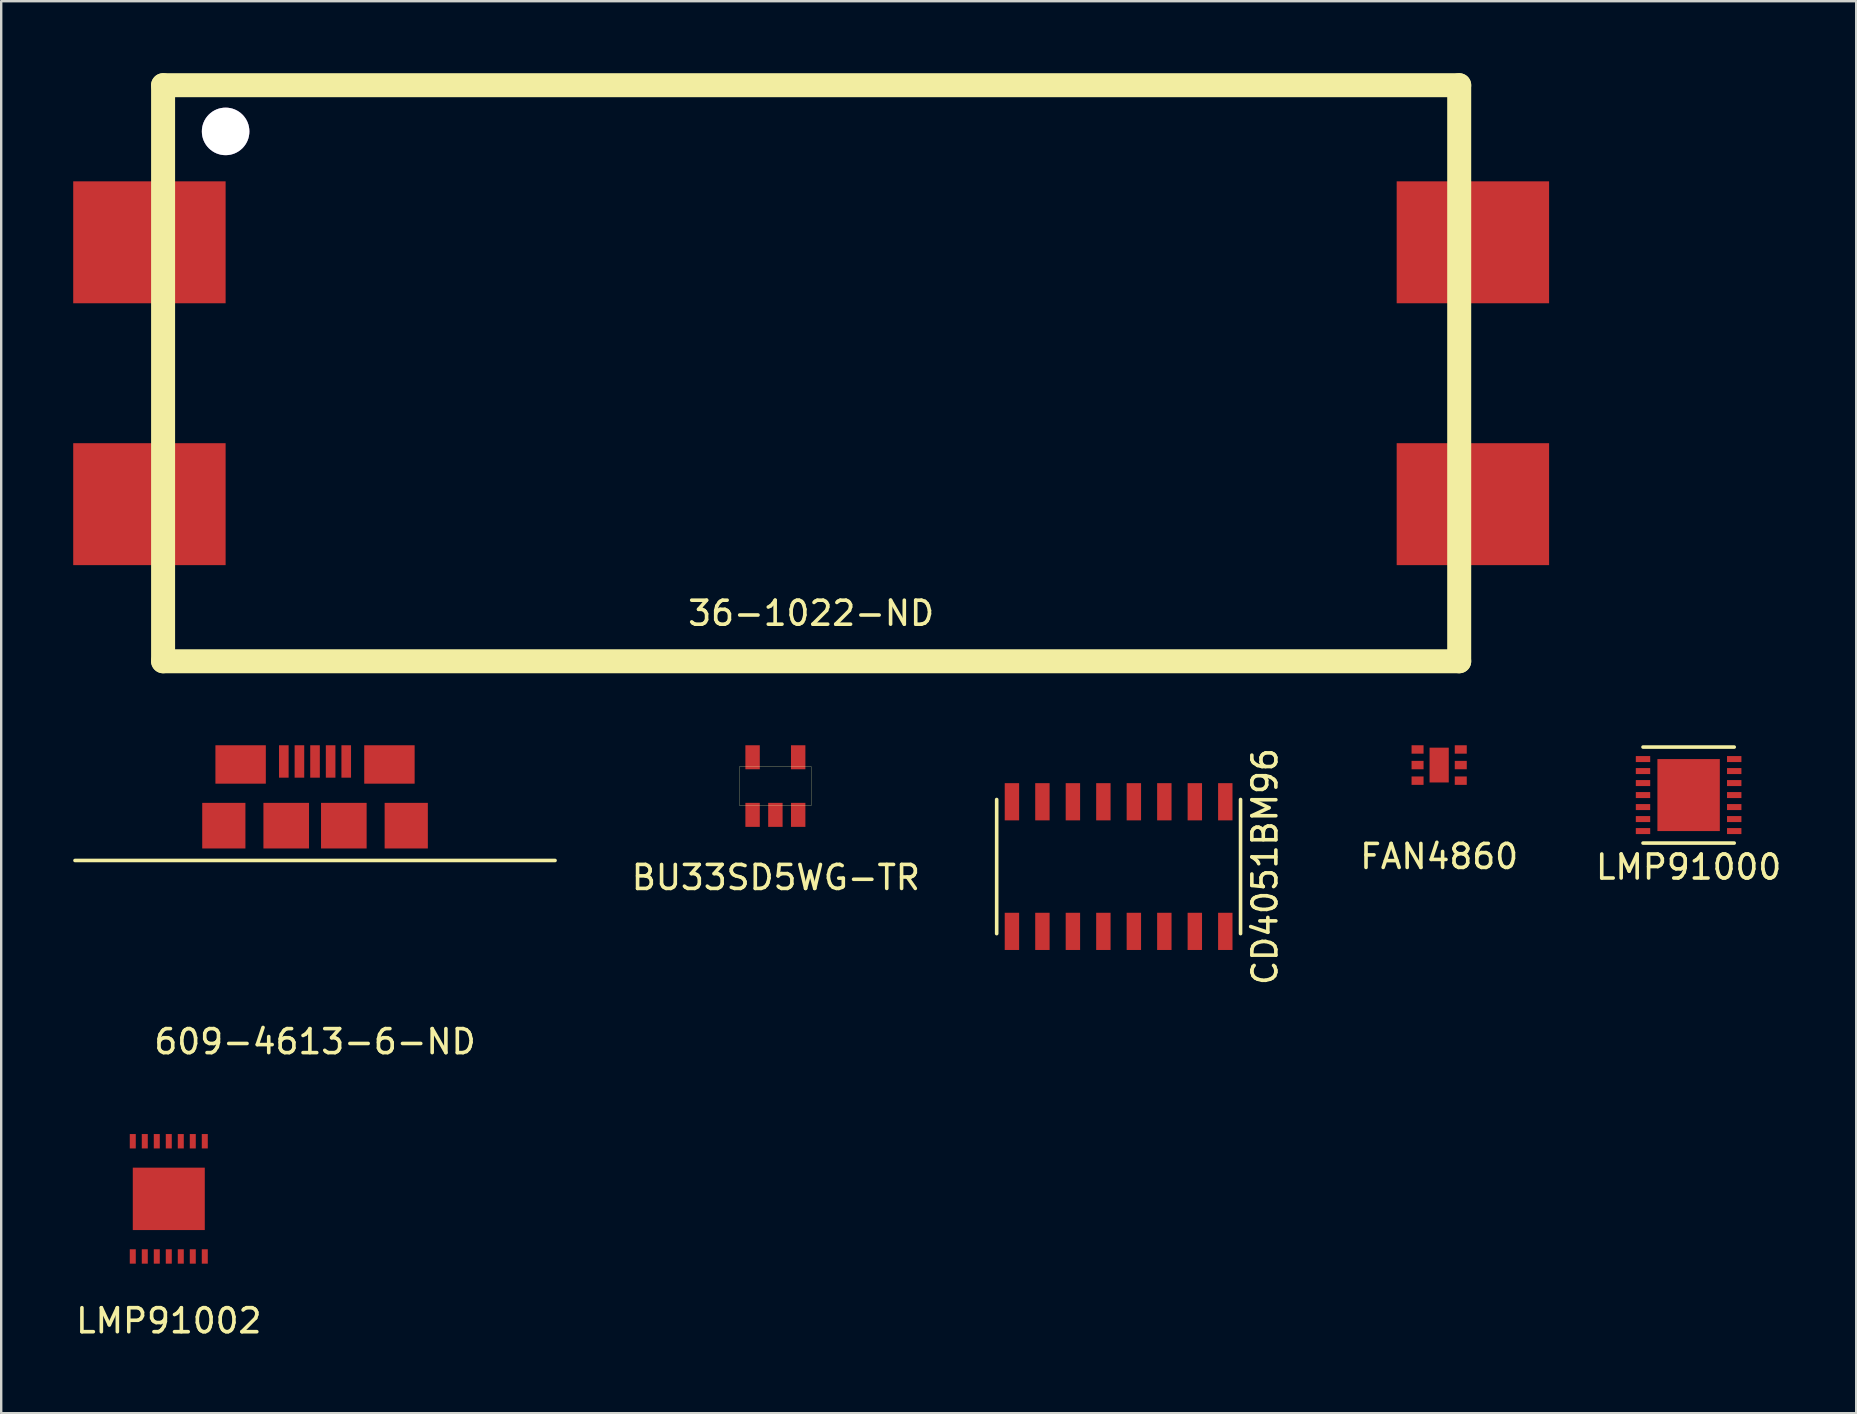
<source format=kicad_pcb>
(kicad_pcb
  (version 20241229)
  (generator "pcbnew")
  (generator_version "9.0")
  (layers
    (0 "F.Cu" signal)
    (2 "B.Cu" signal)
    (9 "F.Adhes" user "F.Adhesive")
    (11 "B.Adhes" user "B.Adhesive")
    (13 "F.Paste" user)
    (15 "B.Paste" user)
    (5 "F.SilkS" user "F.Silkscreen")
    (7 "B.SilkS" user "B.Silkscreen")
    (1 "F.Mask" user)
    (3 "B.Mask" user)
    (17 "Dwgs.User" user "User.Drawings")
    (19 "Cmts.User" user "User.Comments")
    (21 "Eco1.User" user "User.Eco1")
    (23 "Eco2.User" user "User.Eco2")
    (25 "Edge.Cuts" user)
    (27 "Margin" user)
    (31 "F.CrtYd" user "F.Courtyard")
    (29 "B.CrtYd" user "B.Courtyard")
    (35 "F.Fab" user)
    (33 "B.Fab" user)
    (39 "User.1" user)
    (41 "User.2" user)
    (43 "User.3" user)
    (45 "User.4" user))
  (footprint "LMP91000"
    (layer "F.Cu")
    (at 65.403 28.575)
    (property "Reference" "LMP91000" (at 1.9 4.5 0) (layer "F.SilkS") (effects (font (size 1 1) (thickness 0.15))))
    (attr through_hole)
    (fp_line (start 0 -0.5) (end 3.8 -0.5) (stroke (width 0.15) (type solid)) (layer "F.SilkS"))
    (fp_line (start 3.8 3.5) (end 0 3.5) (stroke (width 0.15) (type solid)) (layer "F.SilkS"))
    (pad "1" smd rect (at 0 0) (size 0.6 0.25) (layers "F.Cu" "F.Mask" "F.Paste"))
    (pad "2" smd rect (at 0 0.5) (size 0.6 0.25) (layers "F.Cu" "F.Mask" "F.Paste"))
    (pad "3" smd rect (at 0 1) (size 0.6 0.25) (layers "F.Cu" "F.Mask" "F.Paste"))
    (pad "4" smd rect (at 0 1.5) (size 0.6 0.25) (layers "F.Cu" "F.Mask" "F.Paste"))
    (pad "5" smd rect (at 0 2) (size 0.6 0.25) (layers "F.Cu" "F.Mask" "F.Paste"))
    (pad "6" smd rect (at 0 2.5) (size 0.6 0.25) (layers "F.Cu" "F.Mask" "F.Paste"))
    (pad "7" smd rect (at 0 3) (size 0.6 0.25) (layers "F.Cu" "F.Mask" "F.Paste"))
    (pad "8" smd rect (at 3.8 3) (size 0.6 0.25) (layers "F.Cu" "F.Mask" "F.Paste"))
    (pad "9" smd rect (at 3.8 2.5) (size 0.6 0.25) (layers "F.Cu" "F.Mask" "F.Paste"))
    (pad "10" smd rect (at 3.8 2) (size 0.6 0.25) (layers "F.Cu" "F.Mask" "F.Paste"))
    (pad "11" smd rect (at 3.8 1.5) (size 0.6 0.25) (layers "F.Cu" "F.Mask" "F.Paste"))
    (pad "12" smd rect (at 3.8 1) (size 0.6 0.25) (layers "F.Cu" "F.Mask" "F.Paste"))
    (pad "13" smd rect (at 3.8 0.5) (size 0.6 0.25) (layers "F.Cu" "F.Mask" "F.Paste"))
    (pad "14" smd rect (at 3.8 0) (size 0.6 0.25) (layers "F.Cu" "F.Mask" "F.Paste"))
    (pad "DAP" smd rect (at 1.9 1.5) (size 2.6 3) (layers "F.Cu" "F.Mask" "F.Paste")))
  (footprint "36-1022-ND"
    (layer "F.Cu")
    (at 30.745 12.5)
    (property "Reference" "36-1022-ND" (at 0 10 0) (layer "F.SilkS") (effects (font (size 1 1) (thickness 0.15))))
    (attr through_hole)
    (fp_line (start -27 -12) (end -27 12) (stroke (width 1) (type solid)) (layer "F.SilkS"))
    (fp_line (start -27 12) (end 27 12) (stroke (width 1) (type solid)) (layer "F.SilkS"))
    (fp_line (start 27 -12) (end -27 -12) (stroke (width 1) (type solid)) (layer "F.SilkS"))
    (fp_line (start 27 12) (end 27 -12) (stroke (width 1) (type solid)) (layer "F.SilkS"))
    (pad "1" smd rect (at -27.57 5.455) (size 6.35 5.08) (layers "F.Cu" "F.Mask" "F.Paste"))
    (pad "2" smd rect (at -27.57 -5.455) (size 6.35 5.08) (layers "F.Cu" "F.Mask" "F.Paste"))
    (pad "3" smd rect (at 27.57 -5.455) (size 6.35 5.08) (layers "F.Cu" "F.Mask" "F.Paste"))
    (pad "4" smd rect (at 27.57 5.455) (size 6.35 5.08) (layers "F.Cu" "F.Mask" "F.Paste"))
    (pad "5" thru_hole circle (at -24.395 -10.075) (size 1.98 1.98) (drill 1.98) (layers "*.Cu" "*.Mask")))
  (footprint "FAN4860"
    (layer "F.Cu")
    (at 56.91 28.825)
    (property "Reference" "FAN4860" (at 0 3.81 0) (layer "F.SilkS") (effects (font (size 1 1) (thickness 0.15))))
    (attr through_hole)
    (pad "1" smd rect (at -0.9 -0.65) (size 0.5 0.35) (layers "F.Cu" "F.Mask" "F.Paste"))
    (pad "2" smd rect (at -0.9 0) (size 0.5 0.35) (layers "F.Cu" "F.Mask" "F.Paste"))
    (pad "3" smd rect (at -0.9 0.65) (size 0.5 0.35) (layers "F.Cu" "F.Mask" "F.Paste"))
    (pad "4" smd rect (at 0.9 0.65) (size 0.5 0.35) (layers "F.Cu" "F.Mask" "F.Paste"))
    (pad "5" smd rect (at 0.9 0) (size 0.5 0.35) (layers "F.Cu" "F.Mask" "F.Paste"))
    (pad "6" smd rect (at 0.9 -0.65) (size 0.5 0.35) (layers "F.Cu" "F.Mask" "F.Paste"))
    (pad "7" smd rect (at 0 0) (size 0.8 1.45) (layers "F.Cu" "F.Mask" "F.Paste")))
  (footprint "609-4613-6-ND"
    (layer "F.Cu")
    (at 10.075 31.35)
    (property "Reference" "609-4613-6-ND" (at 0 9 0) (layer "F.SilkS") (effects (font (size 1 1) (thickness 0.15))))
    (attr through_hole)
    (fp_line (start -10 1.45) (end 10 1.45) (stroke (width 0.15) (type solid)) (layer "F.SilkS"))
    (pad "" smd rect (at -3.8 0) (size 1.8 1.9) (layers "F.Cu" "F.Mask" "F.Paste"))
    (pad "" smd rect (at -3.1 -2.55) (size 2.1 1.6) (layers "F.Cu" "F.Mask" "F.Paste"))
    (pad "" smd rect (at -1.2 0) (size 1.9 1.9) (layers "F.Cu" "F.Mask" "F.Paste"))
    (pad "" smd rect (at 1.2 0) (size 1.9 1.9) (layers "F.Cu" "F.Mask" "F.Paste"))
    (pad "" smd rect (at 3.1 -2.55) (size 2.1 1.6) (layers "F.Cu" "F.Mask" "F.Paste"))
    (pad "" smd rect (at 3.8 0) (size 1.8 1.9) (layers "F.Cu" "F.Mask" "F.Paste"))
    (pad "1" smd rect (at -1.3 -2.675) (size 0.4 1.35) (layers "F.Cu" "F.Mask" "F.Paste"))
    (pad "2" smd rect (at -0.65 -2.675) (size 0.4 1.35) (layers "F.Cu" "F.Mask" "F.Paste"))
    (pad "3" smd rect (at 0 -2.675) (size 0.4 1.35) (layers "F.Cu" "F.Mask" "F.Paste"))
    (pad "4" smd rect (at 0.65 -2.675) (size 0.4 1.35) (layers "F.Cu" "F.Mask" "F.Paste"))
    (pad "5" smd rect (at 1.3 -2.675) (size 0.4 1.35) (layers "F.Cu" "F.Mask" "F.Paste")))
  (footprint "CD4051BM96"
    (layer "F.Cu")
    (at 43.555 33.054)
    (property "Reference" "CD4051BM96" (at 6.096 0 90) (layer "F.SilkS") (effects (font (size 1 1) (thickness 0.15))))
    (attr through_hole)
    (fp_line (start -5.08 -2.794) (end -5.08 2.794) (stroke (width 0.15) (type solid)) (layer "F.SilkS"))
    (fp_line (start 5.08 -2.794) (end 5.08 2.794) (stroke (width 0.15) (type solid)) (layer "F.SilkS"))
    (pad "1" smd rect (at -4.445 2.7) (size 0.6 1.55) (layers "F.Cu" "F.Mask" "F.Paste"))
    (pad "2" smd rect (at -3.175 2.7) (size 0.6 1.55) (layers "F.Cu" "F.Mask" "F.Paste"))
    (pad "3" smd rect (at -1.905 2.7) (size 0.6 1.55) (layers "F.Cu" "F.Mask" "F.Paste"))
    (pad "4" smd rect (at -0.635 2.7) (size 0.6 1.55) (layers "F.Cu" "F.Mask" "F.Paste"))
    (pad "5" smd rect (at 0.635 2.7) (size 0.6 1.55) (layers "F.Cu" "F.Mask" "F.Paste"))
    (pad "6" smd rect (at 1.905 2.7) (size 0.6 1.55) (layers "F.Cu" "F.Mask" "F.Paste"))
    (pad "7" smd rect (at 3.175 2.7) (size 0.6 1.55) (layers "F.Cu" "F.Mask" "F.Paste"))
    (pad "8" smd rect (at 4.445 2.7) (size 0.6 1.55) (layers "F.Cu" "F.Mask" "F.Paste"))
    (pad "9" smd rect (at 4.445 -2.7) (size 0.6 1.55) (layers "F.Cu" "F.Mask" "F.Paste"))
    (pad "10" smd rect (at 3.175 -2.7) (size 0.6 1.55) (layers "F.Cu" "F.Mask" "F.Paste"))
    (pad "11" smd rect (at 1.905 -2.7) (size 0.6 1.55) (layers "F.Cu" "F.Mask" "F.Paste"))
    (pad "12" smd rect (at 0.635 -2.7) (size 0.6 1.55) (layers "F.Cu" "F.Mask" "F.Paste"))
    (pad "13" smd rect (at -0.635 -2.7) (size 0.6 1.55) (layers "F.Cu" "F.Mask" "F.Paste"))
    (pad "14" smd rect (at -1.905 -2.7) (size 0.6 1.55) (layers "F.Cu" "F.Mask" "F.Paste"))
    (pad "15" smd rect (at -3.175 -2.7) (size 0.6 1.55) (layers "F.Cu" "F.Mask" "F.Paste"))
    (pad "16" smd rect (at -4.445 -2.7) (size 0.6 1.55) (layers "F.Cu" "F.Mask" "F.Paste")))
  (footprint "LMP91002"
    (layer "F.Cu")
    (at 3.982 46.898)
    (property "Reference" "LMP91002" (at 0 5.08 0) (layer "F.SilkS") (effects (font (size 1 1) (thickness 0.15))))
    (attr through_hole)
    (pad "1" smd rect (at -1.5 2.4) (size 0.25 0.6) (layers "F.Cu" "F.Mask" "F.Paste"))
    (pad "2" smd rect (at -1 2.4) (size 0.25 0.6) (layers "F.Cu" "F.Mask" "F.Paste"))
    (pad "3" smd rect (at -0.5 2.4) (size 0.25 0.6) (layers "F.Cu" "F.Mask" "F.Paste"))
    (pad "4" smd rect (at 0 2.4) (size 0.25 0.6) (layers "F.Cu" "F.Mask" "F.Paste"))
    (pad "5" smd rect (at 0.5 2.4) (size 0.25 0.6) (layers "F.Cu" "F.Mask" "F.Paste"))
    (pad "6" smd rect (at 1 2.4) (size 0.25 0.6) (layers "F.Cu" "F.Mask" "F.Paste"))
    (pad "7" smd rect (at 1.5 2.4) (size 0.25 0.6) (layers "F.Cu" "F.Mask" "F.Paste"))
    (pad "8" smd rect (at 1.5 -2.4) (size 0.25 0.6) (layers "F.Cu" "F.Mask" "F.Paste"))
    (pad "9" smd rect (at 1 -2.4) (size 0.25 0.6) (layers "F.Cu" "F.Mask" "F.Paste"))
    (pad "10" smd rect (at 0.5 -2.4) (size 0.25 0.6) (layers "F.Cu" "F.Mask" "F.Paste"))
    (pad "11" smd rect (at 0 -2.4) (size 0.25 0.6) (layers "F.Cu" "F.Mask" "F.Paste"))
    (pad "12" smd rect (at -0.5 -2.4) (size 0.25 0.6) (layers "F.Cu" "F.Mask" "F.Paste"))
    (pad "13" smd rect (at -1 -2.4) (size 0.25 0.6) (layers "F.Cu" "F.Mask" "F.Paste"))
    (pad "14" smd rect (at -1.5 -2.4) (size 0.25 0.6) (layers "F.Cu" "F.Mask" "F.Paste"))
    (pad "15" smd rect (at 0 0) (size 3 2.6) (layers "F.Cu" "F.Mask" "F.Paste")))
  (footprint "BU33SD5WG-TR"
    (layer "F.Cu")
    (at 29.255 29.7)
    (property "Reference" "BU33SD5WG-TR" (at 0.02 3.81 0) (layer "F.SilkS") (effects (font (size 1 1) (thickness 0.15))))
    (attr through_hole)
    (fp_line (start -1.5 -0.8) (end -1.5 0.8) (stroke (width 0.01) (type solid)) (layer "F.SilkS"))
    (fp_line (start -1.5 0.8) (end 1.5 0.8) (stroke (width 0.01) (type solid)) (layer "F.SilkS"))
    (fp_line (start 1.5 -0.8) (end -1.5 -0.8) (stroke (width 0.01) (type solid)) (layer "F.SilkS"))
    (fp_line (start 1.5 0.8) (end 1.5 -0.8) (stroke (width 0.01) (type solid)) (layer "F.SilkS"))
    (pad "1" smd rect (at -0.95 1.2) (size 0.6 1) (layers "F.Cu" "F.Mask" "F.Paste"))
    (pad "2" smd rect (at 0 1.2) (size 0.6 1) (layers "F.Cu" "F.Mask" "F.Paste"))
    (pad "3" smd rect (at 0.95 1.2) (size 0.6 1) (layers "F.Cu" "F.Mask" "F.Paste"))
    (pad "4" smd rect (at 0.95 -1.2) (size 0.6 1) (layers "F.Cu" "F.Mask" "F.Paste"))
    (pad "5" smd rect (at -0.95 -1.2) (size 0.6 1) (layers "F.Cu" "F.Mask" "F.Paste")))
  (gr_rect
    (start -3 -3)
    (end 74.285 55.827)
    (stroke (width 0.1) (type default))
    (fill no)
    (layer "Edge.Cuts")))
</source>
